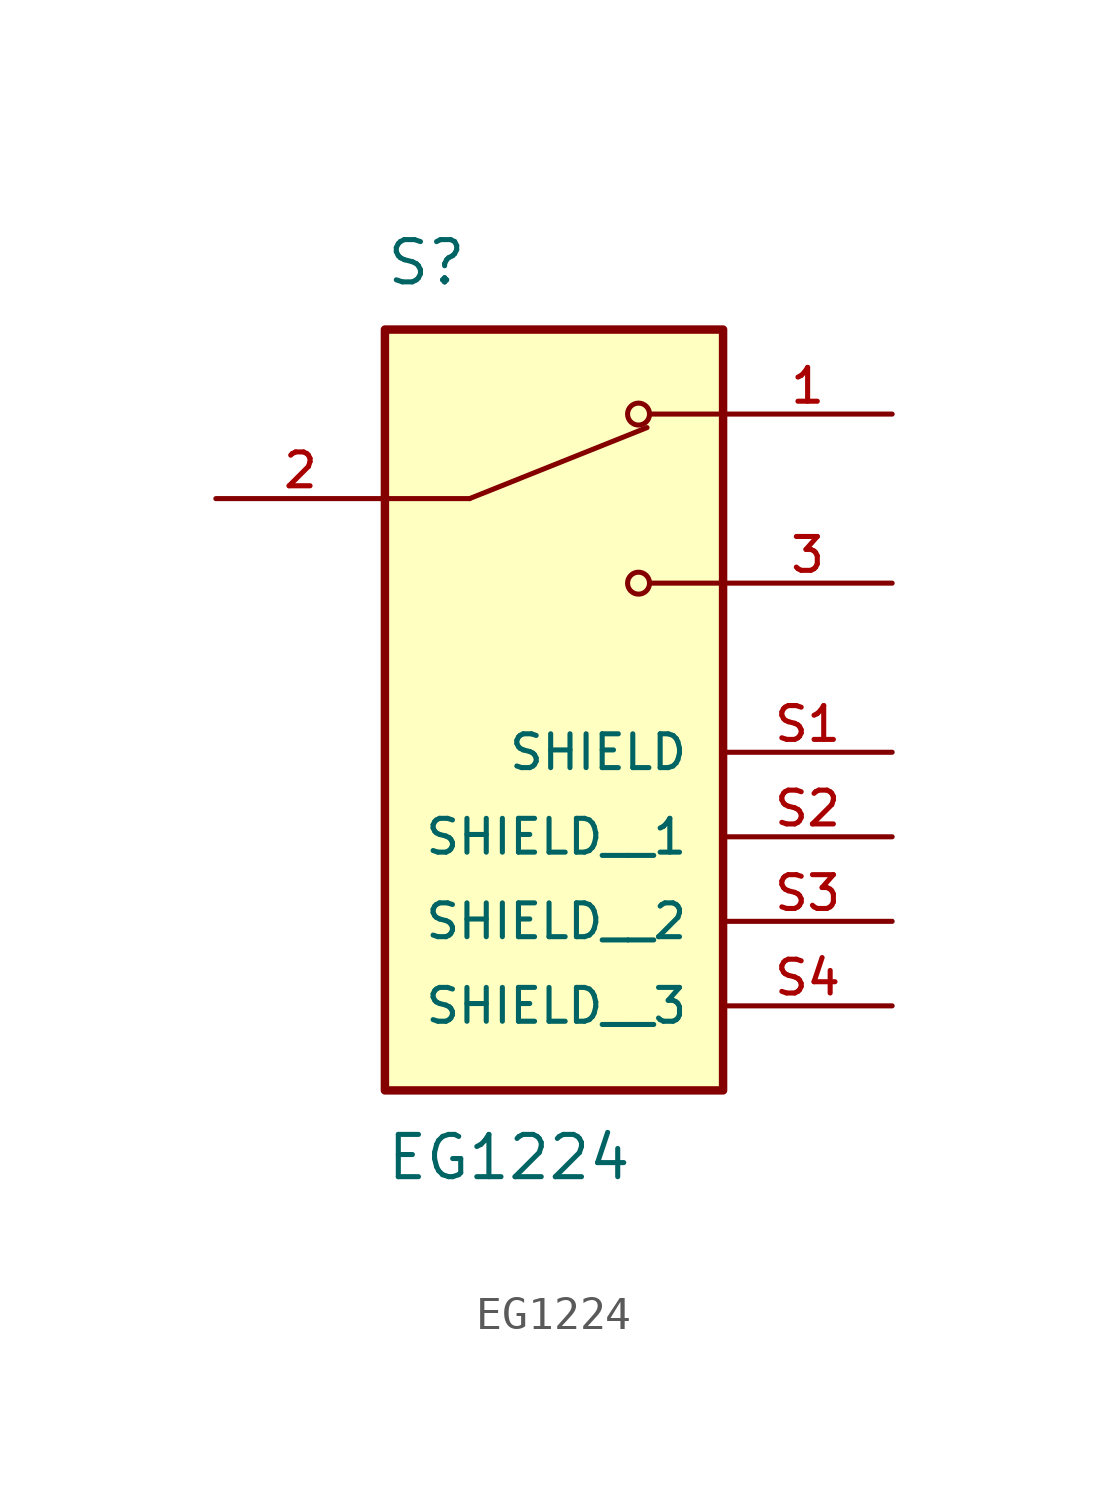
<source format=kicad_sym>
(kicad_symbol_lib
  (version 20211014)
  (generator kicad_symbol_editor)
  (symbol "EG1224"
    (pin_names
      (offset 1.016))
    (property "Reference" "S"
      (at -5.08 8.89 0)
      (effects (font (size 1.27 1.27)) (justify bottom left)))
    (property "Value" "EG1224"
      (at -5.08 -16.51 0)
      (effects (font (size 1.27 1.27)) (justify top left)))
    (symbol "EG1224_0_0"
      (polyline (pts (xy -2.54 2.54) (xy 2.794 4.674)) (stroke (width 0.152)))
      (circle (center 2.54 5.08) (radius 0.33) (stroke (width 0.152)) (fill (type none)))
      (circle (center 2.54 0.0) (radius 0.33) (stroke (width 0.152)) (fill (type none)))
      (polyline (pts (xy 5.08 0.0) (xy 2.921 0.0)) (stroke (width 0.152)))
      (polyline (pts (xy 5.08 5.08) (xy 2.921 5.08)) (stroke (width 0.152)))
      (polyline (pts (xy -2.54 2.54) (xy -5.08 2.54)) (stroke (width 0.152)))
      (rectangle (start -5.08 -15.24) (end 5.08 7.62) (stroke (width 0.254)) (fill (type background)))
      (pin passive line (at 10.16 5.08 180.0) (length 5.08) (name "~" (effects (font (size 1.016 1.016)))) (number "1" (effects (font (size 1.016 1.016)))))
      (pin passive line (at -10.16 2.54 0) (length 5.08) (name "~" (effects (font (size 1.016 1.016)))) (number "2" (effects (font (size 1.016 1.016)))))
      (pin passive line (at 10.16 0.0 180.0) (length 5.08) (name "~" (effects (font (size 1.016 1.016)))) (number "3" (effects (font (size 1.016 1.016)))))
      (pin passive line (at 10.16 -5.08 180.0) (length 5.08) (name "SHIELD" (effects (font (size 1.016 1.016)))) (number "S1" (effects (font (size 1.016 1.016)))))
      (pin passive line (at 10.16 -7.62 180.0) (length 5.08) (name "SHIELD__1" (effects (font (size 1.016 1.016)))) (number "S2" (effects (font (size 1.016 1.016)))))
      (pin passive line (at 10.16 -10.16 180.0) (length 5.08) (name "SHIELD__2" (effects (font (size 1.016 1.016)))) (number "S3" (effects (font (size 1.016 1.016)))))
      (pin passive line (at 10.16 -12.7 180.0) (length 5.08) (name "SHIELD__3" (effects (font (size 1.016 1.016)))) (number "S4" (effects (font (size 1.016 1.016))))))))
</source>
